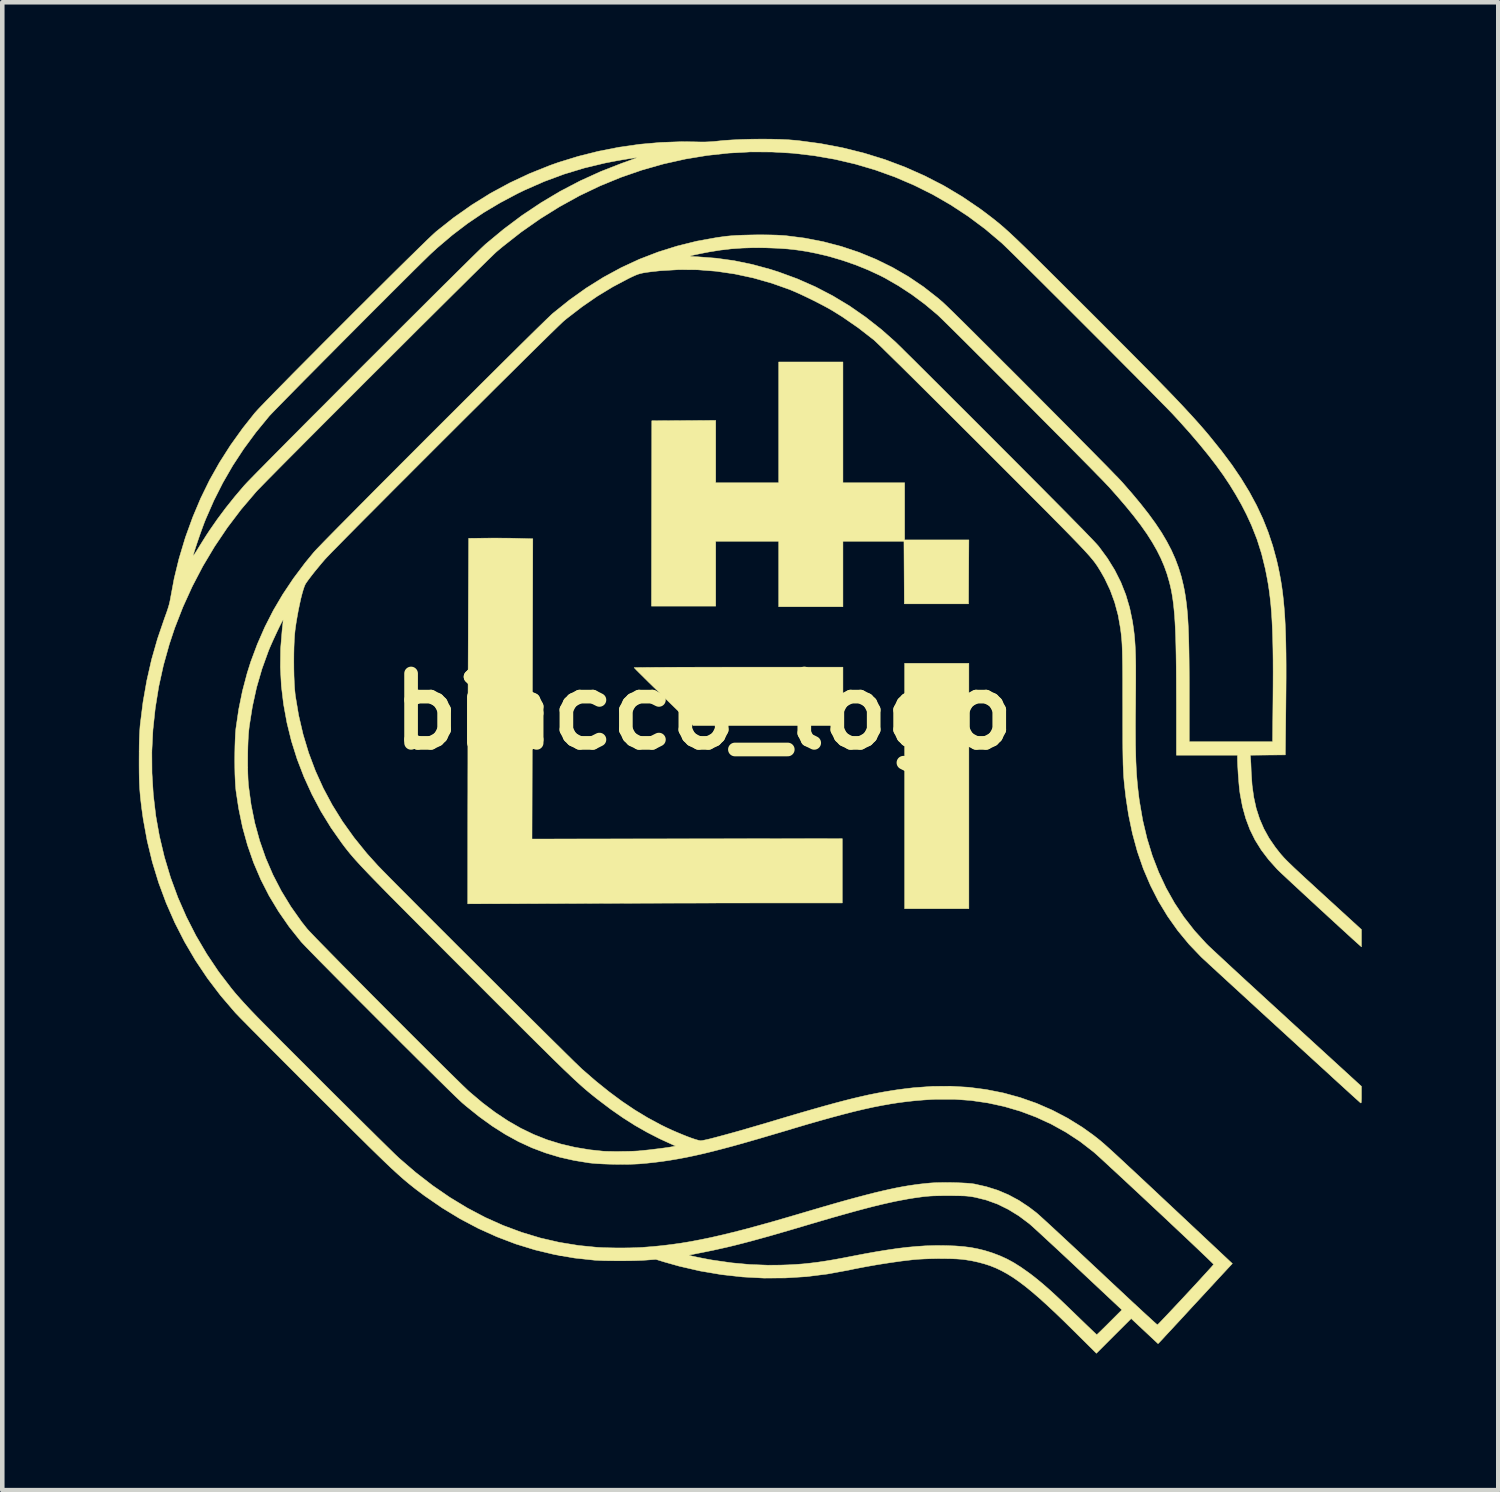
<source format=kicad_pcb>
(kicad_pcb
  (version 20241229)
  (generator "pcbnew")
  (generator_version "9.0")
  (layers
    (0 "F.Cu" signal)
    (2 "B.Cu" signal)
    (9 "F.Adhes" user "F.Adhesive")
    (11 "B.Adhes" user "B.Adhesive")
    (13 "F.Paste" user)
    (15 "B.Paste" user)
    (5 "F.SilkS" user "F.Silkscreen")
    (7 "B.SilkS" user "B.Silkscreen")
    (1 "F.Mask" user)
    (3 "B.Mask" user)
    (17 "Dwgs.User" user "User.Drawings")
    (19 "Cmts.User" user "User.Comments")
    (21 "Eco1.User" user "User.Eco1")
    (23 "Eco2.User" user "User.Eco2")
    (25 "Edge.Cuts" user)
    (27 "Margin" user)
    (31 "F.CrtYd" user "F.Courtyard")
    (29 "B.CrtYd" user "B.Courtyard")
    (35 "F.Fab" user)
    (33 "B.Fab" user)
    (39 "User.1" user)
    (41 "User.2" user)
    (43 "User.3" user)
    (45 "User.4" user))
  (footprint "biacco_logo"
    (layer "F.Cu")
    (at 12.401 12.576)
    (property "Reference" "biacco_logo" (at 0 0 0) (layer "F.SilkS") (effects (font (size 1.524 1.524) (thickness 0.3))))
    (attr through_hole)
    (fp_poly (pts (xy 5.828 4.332) (xy 4.417 4.332) (xy 4.417 -1.058) (xy 5.828 -1.058) (xy 5.828 4.332)) (stroke (width 0.01) (type solid)) (fill yes) (layer "F.SilkS"))
    (fp_poly (pts (xy 3.062 -5.024) (xy 4.417 -5.024) (xy 4.417 -3.768) (xy 5.828 -3.768) (xy 5.824 -3.066) (xy 5.821 -2.364) (xy 4.41 -2.364) (xy 4.406 -3.052) (xy 4.402 -3.739) (xy 3.062 -3.739) (xy 3.062 -2.3) (xy 1.651 -2.3) (xy 1.651 -3.739) (xy 0.268 -3.739) (xy 0.268 -2.314) (xy -1.143 -2.314) (xy -1.14 -4.35) (xy -1.136 -6.385) (xy -0.434 -6.389) (xy 0.268 -6.393) (xy 0.268 -5.024) (xy 1.651 -5.024) (xy 1.651 -7.676) (xy 3.062 -7.676) (xy 3.062 -5.024)) (stroke (width 0.01) (type solid)) (fill yes) (layer "F.SilkS"))
    (fp_poly (pts (xy 3.062 0.31) (xy -0.226 0.31) (xy -0.875 -0.321) (xy -0.988 -0.431) (xy -1.094 -0.535) (xy -1.193 -0.631) (xy -1.282 -0.719) (xy -1.359 -0.796) (xy -1.424 -0.86) (xy -1.474 -0.91) (xy -1.507 -0.945) (xy -1.523 -0.962) (xy -1.524 -0.963) (xy -1.51 -0.964) (xy -1.469 -0.965) (xy -1.404 -0.966) (xy -1.314 -0.967) (xy -1.202 -0.968) (xy -1.069 -0.969) (xy -0.917 -0.97) (xy -0.747 -0.971) (xy -0.561 -0.972) (xy -0.36 -0.972) (xy -0.145 -0.973) (xy 0.081 -0.973) (xy 0.318 -0.973) (xy 0.564 -0.974) (xy 0.769 -0.974) (xy 3.062 -0.974) (xy 3.062 0.31)) (stroke (width 0.01) (type solid)) (fill yes) (layer "F.SilkS"))
    (fp_poly (pts (xy -4.52 -3.808) (xy -4.377 -3.807) (xy -4.24 -3.806) (xy -4.118 -3.803) (xy -4.079 -3.802) (xy -3.749 -3.793) (xy -3.758 -0.496) (xy -3.767 2.801) (xy -0.36 2.797) (xy 3.048 2.793) (xy 3.048 4.205) (xy 1.519 4.205) (xy 1.334 4.205) (xy 1.122 4.205) (xy 0.888 4.206) (xy 0.634 4.206) (xy 0.363 4.206) (xy 0.077 4.207) (xy -0.22 4.208) (xy -0.527 4.208) (xy -0.839 4.209) (xy -1.156 4.21) (xy -1.473 4.211) (xy -1.788 4.212) (xy -2.098 4.213) (xy -2.401 4.214) (xy -2.594 4.215) (xy -5.179 4.224) (xy -5.177 2.045) (xy -5.176 1.759) (xy -5.176 1.455) (xy -5.175 1.137) (xy -5.175 0.809) (xy -5.174 0.475) (xy -5.173 0.138) (xy -5.172 -0.197) (xy -5.171 -0.527) (xy -5.17 -0.848) (xy -5.169 -1.156) (xy -5.168 -1.447) (xy -5.167 -1.718) (xy -5.166 -1.964) (xy -5.166 -1.968) (xy -5.158 -3.803) (xy -4.784 -3.807) (xy -4.659 -3.808) (xy -4.52 -3.808)) (stroke (width 0.01) (type solid)) (fill yes) (layer "F.SilkS"))
    (fp_poly (pts (xy 1.475 -12.57) (xy 1.68 -12.565) (xy 1.87 -12.556) (xy 2.04 -12.542) (xy 2.081 -12.538) (xy 2.574 -12.472) (xy 3.056 -12.38) (xy 3.526 -12.263) (xy 3.983 -12.122) (xy 4.427 -11.955) (xy 4.857 -11.764) (xy 5.275 -11.549) (xy 5.678 -11.309) (xy 6.067 -11.045) (xy 6.196 -10.949) (xy 6.258 -10.902) (xy 6.317 -10.857) (xy 6.373 -10.814) (xy 6.427 -10.77) (xy 6.482 -10.726) (xy 6.537 -10.679) (xy 6.595 -10.63) (xy 6.656 -10.575) (xy 6.722 -10.516) (xy 6.793 -10.449) (xy 6.872 -10.375) (xy 6.959 -10.291) (xy 7.056 -10.198) (xy 7.163 -10.093) (xy 7.282 -9.976) (xy 7.415 -9.845) (xy 7.562 -9.699) (xy 7.724 -9.538) (xy 7.904 -9.359) (xy 8.101 -9.162) (xy 8.218 -9.046) (xy 8.491 -8.774) (xy 8.745 -8.52) (xy 8.98 -8.284) (xy 9.199 -8.065) (xy 9.401 -7.862) (xy 9.587 -7.674) (xy 9.759 -7.5) (xy 9.918 -7.339) (xy 10.063 -7.19) (xy 10.197 -7.052) (xy 10.321 -6.924) (xy 10.434 -6.805) (xy 10.539 -6.694) (xy 10.635 -6.59) (xy 10.725 -6.493) (xy 10.808 -6.401) (xy 10.887 -6.313) (xy 10.961 -6.228) (xy 11.032 -6.146) (xy 11.1 -6.065) (xy 11.127 -6.032) (xy 11.378 -5.72) (xy 11.605 -5.416) (xy 11.807 -5.118) (xy 11.987 -4.823) (xy 12.145 -4.53) (xy 12.283 -4.236) (xy 12.401 -3.939) (xy 12.502 -3.636) (xy 12.586 -3.326) (xy 12.622 -3.169) (xy 12.651 -3.027) (xy 12.677 -2.885) (xy 12.7 -2.741) (xy 12.72 -2.593) (xy 12.737 -2.439) (xy 12.752 -2.277) (xy 12.765 -2.104) (xy 12.775 -1.92) (xy 12.783 -1.722) (xy 12.789 -1.508) (xy 12.793 -1.276) (xy 12.795 -1.024) (xy 12.795 -0.749) (xy 12.793 -0.451) (xy 12.79 -0.126) (xy 12.79 -0.113) (xy 12.778 0.953) (xy 12.393 0.956) (xy 12.009 0.96) (xy 12.015 1.041) (xy 12.018 1.085) (xy 12.022 1.149) (xy 12.025 1.226) (xy 12.028 1.309) (xy 12.029 1.333) (xy 12.048 1.617) (xy 12.084 1.88) (xy 12.138 2.126) (xy 12.212 2.356) (xy 12.306 2.574) (xy 12.421 2.782) (xy 12.559 2.983) (xy 12.663 3.115) (xy 12.69 3.147) (xy 12.718 3.178) (xy 12.747 3.211) (xy 12.78 3.245) (xy 12.818 3.284) (xy 12.862 3.327) (xy 12.914 3.377) (xy 12.975 3.436) (xy 13.047 3.503) (xy 13.132 3.582) (xy 13.23 3.673) (xy 13.344 3.777) (xy 13.474 3.897) (xy 13.623 4.033) (xy 13.741 4.141) (xy 14.45 4.789) (xy 14.45 5.169) (xy 14.419 5.142) (xy 14.383 5.11) (xy 14.329 5.062) (xy 14.26 5) (xy 14.177 4.924) (xy 14.083 4.838) (xy 13.979 4.743) (xy 13.867 4.64) (xy 13.749 4.532) (xy 13.628 4.42) (xy 13.504 4.307) (xy 13.381 4.193) (xy 13.261 4.082) (xy 13.144 3.974) (xy 13.033 3.871) (xy 12.93 3.776) (xy 12.838 3.69) (xy 12.757 3.614) (xy 12.69 3.552) (xy 12.64 3.504) (xy 12.607 3.472) (xy 12.598 3.463) (xy 12.411 3.254) (xy 12.25 3.042) (xy 12.113 2.822) (xy 12 2.592) (xy 11.909 2.349) (xy 11.837 2.09) (xy 11.785 1.812) (xy 11.776 1.75) (xy 11.768 1.677) (xy 11.759 1.584) (xy 11.751 1.478) (xy 11.742 1.365) (xy 11.736 1.255) (xy 11.73 1.153) (xy 11.727 1.067) (xy 11.727 1.027) (xy 11.726 0.96) (xy 10.386 0.96) (xy 10.386 -0.145) (xy 10.385 -0.452) (xy 10.384 -0.733) (xy 10.382 -0.99) (xy 10.379 -1.223) (xy 10.375 -1.435) (xy 10.37 -1.627) (xy 10.363 -1.802) (xy 10.355 -1.96) (xy 10.346 -2.104) (xy 10.334 -2.235) (xy 10.322 -2.355) (xy 10.307 -2.466) (xy 10.291 -2.569) (xy 10.273 -2.666) (xy 10.252 -2.76) (xy 10.231 -2.844) (xy 10.18 -3.02) (xy 10.118 -3.193) (xy 10.044 -3.366) (xy 9.957 -3.54) (xy 9.855 -3.718) (xy 9.738 -3.902) (xy 9.604 -4.092) (xy 9.451 -4.292) (xy 9.279 -4.503) (xy 9.087 -4.727) (xy 8.907 -4.93) (xy 8.872 -4.966) (xy 8.82 -5.021) (xy 8.751 -5.093) (xy 8.665 -5.18) (xy 8.566 -5.282) (xy 8.453 -5.397) (xy 8.328 -5.523) (xy 8.193 -5.66) (xy 8.048 -5.807) (xy 7.896 -5.961) (xy 7.736 -6.121) (xy 7.571 -6.287) (xy 7.402 -6.457) (xy 7.231 -6.63) (xy 7.057 -6.804) (xy 6.884 -6.979) (xy 6.711 -7.152) (xy 6.541 -7.322) (xy 6.374 -7.489) (xy 6.212 -7.651) (xy 6.056 -7.806) (xy 5.908 -7.954) (xy 5.769 -8.093) (xy 5.639 -8.222) (xy 5.521 -8.339) (xy 5.416 -8.443) (xy 5.324 -8.533) (xy 5.248 -8.608) (xy 5.188 -8.666) (xy 5.146 -8.706) (xy 5.129 -8.721) (xy 4.86 -8.946) (xy 4.576 -9.157) (xy 4.283 -9.349) (xy 3.986 -9.52) (xy 3.879 -9.575) (xy 3.621 -9.695) (xy 3.345 -9.807) (xy 3.06 -9.906) (xy 2.776 -9.99) (xy 2.7 -10.01) (xy 2.476 -10.062) (xy 2.265 -10.104) (xy 2.059 -10.135) (xy 1.849 -10.159) (xy 1.629 -10.174) (xy 1.389 -10.183) (xy 1.369 -10.184) (xy 1.099 -10.186) (xy 0.849 -10.178) (xy 0.609 -10.161) (xy 0.371 -10.133) (xy 0.128 -10.094) (xy -0.038 -10.062) (xy -0.14 -10.041) (xy -0.215 -10.025) (xy -0.263 -10.013) (xy -0.287 -10.005) (xy -0.287 -9.999) (xy -0.263 -9.994) (xy -0.217 -9.991) (xy -0.149 -9.987) (xy -0.122 -9.986) (xy 0.281 -9.955) (xy 0.676 -9.9) (xy 1.069 -9.819) (xy 1.463 -9.712) (xy 1.651 -9.652) (xy 2.06 -9.502) (xy 2.455 -9.328) (xy 2.836 -9.13) (xy 3.205 -8.908) (xy 3.562 -8.66) (xy 3.909 -8.387) (xy 4.198 -8.131) (xy 4.226 -8.105) (xy 4.273 -8.059) (xy 4.338 -7.996) (xy 4.419 -7.915) (xy 4.516 -7.819) (xy 4.629 -7.708) (xy 4.754 -7.583) (xy 4.893 -7.445) (xy 5.043 -7.295) (xy 5.204 -7.135) (xy 5.374 -6.965) (xy 5.553 -6.786) (xy 5.74 -6.6) (xy 5.933 -6.407) (xy 6.132 -6.208) (xy 6.335 -6.005) (xy 6.471 -5.868) (xy 6.744 -5.595) (xy 6.997 -5.341) (xy 7.23 -5.107) (xy 7.445 -4.891) (xy 7.641 -4.693) (xy 7.819 -4.514) (xy 7.979 -4.352) (xy 8.122 -4.206) (xy 8.248 -4.078) (xy 8.358 -3.966) (xy 8.451 -3.869) (xy 8.529 -3.789) (xy 8.591 -3.723) (xy 8.638 -3.672) (xy 8.671 -3.635) (xy 8.684 -3.619) (xy 8.871 -3.365) (xy 9.031 -3.106) (xy 9.165 -2.84) (xy 9.274 -2.564) (xy 9.359 -2.277) (xy 9.422 -1.974) (xy 9.446 -1.806) (xy 9.457 -1.719) (xy 9.466 -1.633) (xy 9.473 -1.546) (xy 9.479 -1.455) (xy 9.484 -1.358) (xy 9.488 -1.252) (xy 9.491 -1.133) (xy 9.493 -1.001) (xy 9.493 -0.852) (xy 9.493 -0.683) (xy 9.492 -0.493) (xy 9.49 -0.277) (xy 9.49 -0.183) (xy 9.487 0.082) (xy 9.486 0.323) (xy 9.487 0.54) (xy 9.488 0.737) (xy 9.492 0.917) (xy 9.496 1.082) (xy 9.503 1.234) (xy 9.511 1.378) (xy 9.522 1.514) (xy 9.534 1.646) (xy 9.549 1.776) (xy 9.565 1.908) (xy 9.576 1.983) (xy 9.647 2.395) (xy 9.741 2.79) (xy 9.857 3.169) (xy 9.997 3.531) (xy 10.159 3.877) (xy 10.344 4.206) (xy 10.552 4.518) (xy 10.783 4.814) (xy 11.037 5.093) (xy 11.066 5.122) (xy 11.093 5.149) (xy 11.14 5.193) (xy 11.205 5.254) (xy 11.287 5.33) (xy 11.385 5.421) (xy 11.497 5.525) (xy 11.623 5.642) (xy 11.761 5.769) (xy 11.909 5.906) (xy 12.068 6.051) (xy 12.234 6.204) (xy 12.407 6.363) (xy 12.586 6.527) (xy 12.77 6.695) (xy 12.831 6.752) (xy 14.45 8.233) (xy 14.45 8.422) (xy 14.45 8.498) (xy 14.448 8.55) (xy 14.446 8.581) (xy 14.442 8.596) (xy 14.435 8.598) (xy 14.426 8.592) (xy 14.41 8.578) (xy 14.375 8.546) (xy 14.321 8.498) (xy 14.251 8.435) (xy 14.166 8.357) (xy 14.066 8.266) (xy 13.954 8.164) (xy 13.83 8.051) (xy 13.697 7.928) (xy 13.554 7.798) (xy 13.404 7.661) (xy 13.249 7.519) (xy 13.088 7.372) (xy 12.924 7.222) (xy 12.758 7.07) (xy 12.592 6.918) (xy 12.426 6.766) (xy 12.262 6.616) (xy 12.102 6.469) (xy 11.946 6.326) (xy 11.797 6.189) (xy 11.654 6.058) (xy 11.521 5.936) (xy 11.397 5.822) (xy 11.285 5.719) (xy 11.186 5.628) (xy 11.101 5.55) (xy 11.032 5.485) (xy 10.979 5.437) (xy 10.944 5.404) (xy 10.931 5.392) (xy 10.662 5.111) (xy 10.416 4.813) (xy 10.193 4.498) (xy 9.992 4.167) (xy 9.815 3.819) (xy 9.66 3.456) (xy 9.528 3.075) (xy 9.42 2.679) (xy 9.334 2.266) (xy 9.278 1.898) (xy 9.267 1.805) (xy 9.257 1.72) (xy 9.248 1.641) (xy 9.24 1.565) (xy 9.233 1.491) (xy 9.227 1.415) (xy 9.223 1.336) (xy 9.219 1.251) (xy 9.215 1.158) (xy 9.213 1.055) (xy 9.211 0.939) (xy 9.209 0.808) (xy 9.208 0.659) (xy 9.208 0.491) (xy 9.207 0.302) (xy 9.207 0.087) (xy 9.207 -0.085) (xy 9.206 -0.315) (xy 9.206 -0.52) (xy 9.206 -0.7) (xy 9.205 -0.859) (xy 9.204 -0.998) (xy 9.202 -1.12) (xy 9.2 -1.226) (xy 9.198 -1.319) (xy 9.195 -1.401) (xy 9.192 -1.474) (xy 9.188 -1.54) (xy 9.183 -1.601) (xy 9.177 -1.66) (xy 9.171 -1.719) (xy 9.163 -1.779) (xy 9.157 -1.827) (xy 9.106 -2.115) (xy 9.03 -2.397) (xy 8.931 -2.667) (xy 8.809 -2.924) (xy 8.733 -3.058) (xy 8.711 -3.095) (xy 8.689 -3.13) (xy 8.669 -3.163) (xy 8.648 -3.196) (xy 8.625 -3.229) (xy 8.601 -3.263) (xy 8.574 -3.299) (xy 8.543 -3.337) (xy 8.507 -3.38) (xy 8.467 -3.427) (xy 8.42 -3.479) (xy 8.366 -3.538) (xy 8.305 -3.603) (xy 8.235 -3.677) (xy 8.156 -3.759) (xy 8.067 -3.851) (xy 7.967 -3.953) (xy 7.855 -4.067) (xy 7.73 -4.193) (xy 7.593 -4.332) (xy 7.441 -4.485) (xy 7.274 -4.652) (xy 7.091 -4.835) (xy 6.892 -5.035) (xy 6.675 -5.252) (xy 6.44 -5.487) (xy 6.186 -5.741) (xy 6.147 -5.78) (xy 5.934 -5.993) (xy 5.725 -6.201) (xy 5.522 -6.404) (xy 5.325 -6.6) (xy 5.134 -6.79) (xy 4.952 -6.971) (xy 4.779 -7.143) (xy 4.616 -7.305) (xy 4.463 -7.456) (xy 4.323 -7.595) (xy 4.195 -7.72) (xy 4.081 -7.832) (xy 3.982 -7.929) (xy 3.899 -8.011) (xy 3.832 -8.075) (xy 3.783 -8.122) (xy 3.753 -8.15) (xy 3.747 -8.156) (xy 3.401 -8.425) (xy 3.048 -8.669) (xy 2.828 -8.806) (xy 2.739 -8.857) (xy 2.63 -8.916) (xy 2.509 -8.979) (xy 2.38 -9.044) (xy 2.25 -9.107) (xy 2.125 -9.166) (xy 2.011 -9.217) (xy 1.914 -9.258) (xy 1.898 -9.265) (xy 1.497 -9.407) (xy 1.093 -9.522) (xy 0.687 -9.609) (xy 0.279 -9.669) (xy -0.131 -9.701) (xy -0.54 -9.704) (xy -0.949 -9.68) (xy -1.15 -9.658) (xy -1.246 -9.645) (xy -1.322 -9.633) (xy -1.384 -9.619) (xy -1.442 -9.602) (xy -1.502 -9.578) (xy -1.572 -9.546) (xy -1.644 -9.511) (xy -1.992 -9.327) (xy -2.333 -9.12) (xy -2.669 -8.888) (xy -3.004 -8.63) (xy -3.062 -8.582) (xy -3.088 -8.559) (xy -3.132 -8.517) (xy -3.195 -8.457) (xy -3.274 -8.38) (xy -3.369 -8.288) (xy -3.478 -8.181) (xy -3.601 -8.06) (xy -3.736 -7.927) (xy -3.883 -7.782) (xy -4.04 -7.626) (xy -4.206 -7.461) (xy -4.381 -7.288) (xy -4.563 -7.108) (xy -4.75 -6.921) (xy -4.943 -6.729) (xy -5.14 -6.534) (xy -5.34 -6.335) (xy -5.541 -6.134) (xy -5.744 -5.932) (xy -5.946 -5.73) (xy -6.146 -5.53) (xy -6.345 -5.331) (xy -6.539 -5.136) (xy -6.73 -4.946) (xy -6.914 -4.761) (xy -7.092 -4.582) (xy -7.262 -4.411) (xy -7.424 -4.249) (xy -7.576 -4.096) (xy -7.716 -3.954) (xy -7.845 -3.824) (xy -7.961 -3.706) (xy -8.062 -3.603) (xy -8.149 -3.515) (xy -8.219 -3.442) (xy -8.272 -3.387) (xy -8.306 -3.35) (xy -8.314 -3.342) (xy -8.392 -3.251) (xy -8.469 -3.158) (xy -8.544 -3.067) (xy -8.611 -2.981) (xy -8.669 -2.905) (xy -8.714 -2.843) (xy -8.742 -2.801) (xy -8.764 -2.753) (xy -8.789 -2.68) (xy -8.816 -2.587) (xy -8.844 -2.478) (xy -8.871 -2.354) (xy -8.899 -2.221) (xy -8.924 -2.082) (xy -8.948 -1.941) (xy -8.968 -1.8) (xy -8.97 -1.785) (xy -8.98 -1.683) (xy -8.988 -1.559) (xy -8.994 -1.417) (xy -8.997 -1.264) (xy -8.998 -1.103) (xy -8.997 -0.941) (xy -8.994 -0.783) (xy -8.988 -0.635) (xy -8.98 -0.501) (xy -8.969 -0.387) (xy -8.964 -0.344) (xy -8.892 0.085) (xy -8.795 0.502) (xy -8.673 0.907) (xy -8.525 1.301) (xy -8.352 1.683) (xy -8.153 2.055) (xy -7.928 2.417) (xy -7.676 2.769) (xy -7.398 3.113) (xy -7.151 3.387) (xy -7.11 3.429) (xy -7.051 3.49) (xy -6.975 3.567) (xy -6.884 3.66) (xy -6.778 3.767) (xy -6.659 3.887) (xy -6.527 4.019) (xy -6.385 4.162) (xy -6.233 4.315) (xy -6.072 4.476) (xy -5.903 4.645) (xy -5.729 4.819) (xy -5.549 4.999) (xy -5.365 5.183) (xy -5.178 5.369) (xy -4.99 5.557) (xy -4.801 5.745) (xy -4.613 5.932) (xy -4.427 6.118) (xy -4.244 6.3) (xy -4.065 6.478) (xy -3.891 6.651) (xy -3.724 6.816) (xy -3.565 6.974) (xy -3.414 7.124) (xy -3.274 7.262) (xy -3.144 7.39) (xy -3.028 7.505) (xy -2.924 7.607) (xy -2.836 7.694) (xy -2.763 7.764) (xy -2.707 7.818) (xy -2.67 7.854) (xy -2.659 7.863) (xy -2.363 8.12) (xy -2.073 8.353) (xy -1.79 8.563) (xy -1.509 8.752) (xy -1.228 8.922) (xy -0.946 9.074) (xy -0.917 9.089) (xy -0.808 9.142) (xy -0.694 9.195) (xy -0.578 9.245) (xy -0.465 9.292) (xy -0.358 9.335) (xy -0.261 9.371) (xy -0.177 9.399) (xy -0.111 9.418) (xy -0.066 9.426) (xy -0.06 9.426) (xy -0.025 9.422) (xy 0.036 9.41) (xy 0.12 9.391) (xy 0.226 9.364) (xy 0.351 9.331) (xy 0.495 9.292) (xy 0.655 9.248) (xy 0.83 9.199) (xy 1.018 9.144) (xy 1.217 9.086) (xy 1.425 9.025) (xy 1.548 8.988) (xy 1.858 8.895) (xy 2.144 8.811) (xy 2.408 8.735) (xy 2.651 8.666) (xy 2.876 8.604) (xy 3.085 8.549) (xy 3.279 8.5) (xy 3.462 8.457) (xy 3.636 8.418) (xy 3.801 8.385) (xy 3.962 8.355) (xy 4.119 8.329) (xy 4.274 8.305) (xy 4.431 8.285) (xy 4.591 8.266) (xy 4.628 8.262) (xy 5.031 8.233) (xy 5.43 8.23) (xy 5.822 8.253) (xy 6.208 8.303) (xy 6.586 8.378) (xy 6.954 8.479) (xy 7.313 8.605) (xy 7.662 8.757) (xy 7.998 8.933) (xy 8.321 9.133) (xy 8.548 9.295) (xy 8.582 9.321) (xy 8.615 9.347) (xy 8.648 9.372) (xy 8.682 9.4) (xy 8.718 9.429) (xy 8.757 9.463) (xy 8.801 9.5) (xy 8.85 9.544) (xy 8.906 9.594) (xy 8.97 9.652) (xy 9.043 9.719) (xy 9.126 9.796) (xy 9.221 9.884) (xy 9.328 9.984) (xy 9.449 10.096) (xy 9.585 10.223) (xy 9.737 10.365) (xy 9.906 10.523) (xy 10.093 10.699) (xy 10.292 10.885) (xy 11.615 12.126) (xy 11.567 12.176) (xy 11.55 12.195) (xy 11.515 12.232) (xy 11.464 12.287) (xy 11.399 12.357) (xy 11.321 12.441) (xy 11.233 12.537) (xy 11.134 12.644) (xy 11.028 12.759) (xy 10.916 12.88) (xy 10.798 13.007) (xy 10.795 13.01) (xy 10.678 13.137) (xy 10.566 13.259) (xy 10.46 13.374) (xy 10.361 13.48) (xy 10.273 13.576) (xy 10.195 13.659) (xy 10.13 13.729) (xy 10.08 13.784) (xy 10.045 13.821) (xy 10.028 13.839) (xy 10.027 13.84) (xy 9.983 13.885) (xy 9.688 13.609) (xy 9.393 13.333) (xy 9.011 13.714) (xy 8.629 14.096) (xy 8.142 13.613) (xy 7.928 13.402) (xy 7.73 13.211) (xy 7.547 13.04) (xy 7.377 12.886) (xy 7.219 12.75) (xy 7.071 12.629) (xy 6.931 12.523) (xy 6.798 12.43) (xy 6.669 12.35) (xy 6.543 12.281) (xy 6.419 12.222) (xy 6.294 12.172) (xy 6.167 12.131) (xy 6.037 12.096) (xy 5.901 12.066) (xy 5.757 12.042) (xy 5.757 12.042) (xy 5.67 12.031) (xy 5.559 12.023) (xy 5.432 12.018) (xy 5.292 12.016) (xy 5.145 12.015) (xy 4.998 12.018) (xy 4.854 12.023) (xy 4.72 12.03) (xy 4.601 12.04) (xy 4.586 12.042) (xy 4.349 12.07) (xy 4.095 12.106) (xy 3.832 12.147) (xy 3.57 12.193) (xy 3.319 12.241) (xy 3.183 12.27) (xy 2.725 12.354) (xy 2.262 12.412) (xy 1.796 12.441) (xy 1.327 12.444) (xy 0.859 12.419) (xy 0.391 12.367) (xy -0.074 12.288) (xy -0.535 12.182) (xy -0.858 12.091) (xy -1.046 12.033) (xy -1.26 12.049) (xy -1.361 12.055) (xy -1.482 12.06) (xy -1.618 12.063) (xy -1.762 12.064) (xy -1.908 12.064) (xy -2.051 12.063) (xy -2.184 12.061) (xy -2.3 12.056) (xy -2.393 12.051) (xy -2.836 12.003) (xy -3.203 11.939) (xy -0.32 11.939) (xy -0.317 11.943) (xy -0.291 11.95) (xy -0.245 11.962) (xy -0.183 11.975) (xy -0.11 11.991) (xy -0.029 12.007) (xy 0.055 12.023) (xy 0.139 12.039) (xy 0.205 12.05) (xy 0.616 12.109) (xy 1.017 12.146) (xy 1.412 12.161) (xy 1.686 12.159) (xy 1.863 12.153) (xy 2.03 12.144) (xy 2.19 12.132) (xy 2.35 12.115) (xy 2.514 12.095) (xy 2.686 12.069) (xy 2.872 12.038) (xy 3.077 12) (xy 3.252 11.966) (xy 3.539 11.911) (xy 3.802 11.864) (xy 4.044 11.825) (xy 4.269 11.792) (xy 4.479 11.767) (xy 4.677 11.749) (xy 4.867 11.736) (xy 5.051 11.73) (xy 5.233 11.729) (xy 5.339 11.731) (xy 5.535 11.738) (xy 5.71 11.752) (xy 5.869 11.772) (xy 6.02 11.801) (xy 6.169 11.837) (xy 6.321 11.884) (xy 6.362 11.898) (xy 6.516 11.957) (xy 6.665 12.025) (xy 6.814 12.106) (xy 6.968 12.203) (xy 7.133 12.319) (xy 7.19 12.361) (xy 7.274 12.426) (xy 7.358 12.494) (xy 7.445 12.566) (xy 7.537 12.646) (xy 7.636 12.734) (xy 7.745 12.834) (xy 7.865 12.947) (xy 8 13.076) (xy 8.152 13.223) (xy 8.185 13.255) (xy 8.278 13.345) (xy 8.365 13.429) (xy 8.443 13.504) (xy 8.511 13.569) (xy 8.566 13.622) (xy 8.607 13.66) (xy 8.63 13.682) (xy 8.636 13.687) (xy 8.648 13.678) (xy 8.676 13.651) (xy 8.72 13.609) (xy 8.775 13.555) (xy 8.84 13.491) (xy 8.911 13.42) (xy 8.916 13.415) (xy 9.189 13.142) (xy 8.232 12.245) (xy 8.09 12.112) (xy 7.952 11.983) (xy 7.82 11.86) (xy 7.694 11.743) (xy 7.577 11.635) (xy 7.471 11.537) (xy 7.377 11.45) (xy 7.297 11.377) (xy 7.232 11.318) (xy 7.184 11.275) (xy 7.155 11.25) (xy 7.154 11.249) (xy 6.926 11.078) (xy 6.693 10.935) (xy 6.457 10.819) (xy 6.214 10.731) (xy 5.966 10.669) (xy 5.947 10.666) (xy 5.892 10.656) (xy 5.841 10.649) (xy 5.787 10.643) (xy 5.728 10.639) (xy 5.657 10.637) (xy 5.571 10.635) (xy 5.464 10.634) (xy 5.383 10.634) (xy 5.254 10.634) (xy 5.147 10.636) (xy 5.057 10.638) (xy 4.979 10.642) (xy 4.906 10.648) (xy 4.833 10.655) (xy 4.76 10.665) (xy 4.625 10.684) (xy 4.488 10.706) (xy 4.349 10.732) (xy 4.203 10.76) (xy 4.05 10.794) (xy 3.888 10.831) (xy 3.713 10.874) (xy 3.525 10.923) (xy 3.32 10.978) (xy 3.098 11.04) (xy 2.856 11.108) (xy 2.592 11.185) (xy 2.303 11.27) (xy 2.223 11.294) (xy 1.946 11.376) (xy 1.694 11.449) (xy 1.463 11.516) (xy 1.25 11.575) (xy 1.054 11.629) (xy 0.871 11.677) (xy 0.698 11.721) (xy 0.533 11.761) (xy 0.373 11.797) (xy 0.216 11.832) (xy 0.058 11.864) (xy 0.04 11.868) (xy -0.056 11.887) (xy -0.142 11.904) (xy -0.216 11.919) (xy -0.272 11.93) (xy -0.308 11.937) (xy -0.32 11.939) (xy -3.203 11.939) (xy -3.273 11.927) (xy -3.702 11.824) (xy -4.125 11.694) (xy -4.54 11.536) (xy -4.948 11.352) (xy -5.349 11.14) (xy -5.742 10.901) (xy -6.128 10.635) (xy -6.312 10.497) (xy -6.368 10.453) (xy -6.423 10.409) (xy -6.478 10.365) (xy -6.533 10.319) (xy -6.59 10.271) (xy -6.65 10.218) (xy -6.714 10.161) (xy -6.783 10.098) (xy -6.858 10.029) (xy -6.94 9.951) (xy -7.031 9.864) (xy -7.131 9.767) (xy -7.241 9.66) (xy -7.364 9.54) (xy -7.499 9.406) (xy -7.648 9.259) (xy -7.812 9.096) (xy -7.992 8.917) (xy -8.189 8.72) (xy -8.405 8.506) (xy -8.514 8.397) (xy -8.695 8.216) (xy -8.873 8.039) (xy -9.045 7.866) (xy -9.212 7.699) (xy -9.371 7.539) (xy -9.522 7.388) (xy -9.663 7.246) (xy -9.793 7.114) (xy -9.912 6.995) (xy -10.016 6.889) (xy -10.107 6.797) (xy -10.182 6.721) (xy -10.239 6.661) (xy -10.279 6.62) (xy -10.294 6.603) (xy -10.606 6.239) (xy -10.894 5.86) (xy -11.158 5.466) (xy -11.397 5.059) (xy -11.612 4.638) (xy -11.802 4.205) (xy -11.967 3.76) (xy -12.106 3.305) (xy -12.219 2.838) (xy -12.306 2.362) (xy -12.339 2.124) (xy -12.354 1.999) (xy -12.367 1.887) (xy -12.376 1.782) (xy -12.384 1.68) (xy -12.389 1.575) (xy -12.393 1.462) (xy -12.395 1.335) (xy -12.396 1.19) (xy -12.396 1.058) (xy -12.395 0.891) (xy -12.395 0.878) (xy -12.116 0.878) (xy -12.113 1.354) (xy -12.084 1.826) (xy -12.029 2.294) (xy -11.95 2.736) (xy -11.841 3.195) (xy -11.706 3.645) (xy -11.545 4.083) (xy -11.358 4.51) (xy -11.147 4.924) (xy -10.911 5.325) (xy -10.652 5.712) (xy -10.368 6.083) (xy -10.291 6.177) (xy -10.243 6.233) (xy -10.18 6.304) (xy -10.107 6.385) (xy -10.028 6.471) (xy -9.948 6.557) (xy -9.9 6.607) (xy -9.853 6.656) (xy -9.789 6.722) (xy -9.708 6.804) (xy -9.613 6.9) (xy -9.505 7.009) (xy -9.386 7.129) (xy -9.256 7.26) (xy -9.117 7.399) (xy -8.97 7.546) (xy -8.818 7.698) (xy -8.661 7.855) (xy -8.501 8.015) (xy -8.34 8.176) (xy -8.178 8.338) (xy -8.017 8.498) (xy -7.858 8.656) (xy -7.704 8.809) (xy -7.555 8.957) (xy -7.413 9.098) (xy -7.279 9.23) (xy -7.155 9.353) (xy -7.041 9.465) (xy -6.941 9.563) (xy -6.854 9.648) (xy -6.783 9.718) (xy -6.728 9.77) (xy -6.692 9.804) (xy -6.688 9.808) (xy -6.321 10.124) (xy -5.949 10.412) (xy -5.571 10.672) (xy -5.186 10.905) (xy -4.796 11.111) (xy -4.398 11.289) (xy -3.995 11.439) (xy -3.585 11.563) (xy -3.168 11.659) (xy -2.745 11.728) (xy -2.342 11.768) (xy -2.218 11.775) (xy -2.073 11.779) (xy -1.916 11.782) (xy -1.755 11.782) (xy -1.598 11.78) (xy -1.453 11.775) (xy -1.327 11.769) (xy -1.326 11.768) (xy -1.12 11.752) (xy -0.915 11.732) (xy -0.709 11.707) (xy -0.501 11.678) (xy -0.289 11.643) (xy -0.069 11.601) (xy 0.16 11.554) (xy 0.401 11.499) (xy 0.656 11.437) (xy 0.926 11.368) (xy 1.216 11.289) (xy 1.525 11.203) (xy 1.858 11.106) (xy 2.053 11.049) (xy 2.361 10.958) (xy 2.644 10.875) (xy 2.904 10.8) (xy 3.142 10.733) (xy 3.362 10.673) (xy 3.563 10.62) (xy 3.75 10.572) (xy 3.922 10.531) (xy 4.082 10.495) (xy 4.233 10.463) (xy 4.375 10.436) (xy 4.511 10.413) (xy 4.643 10.394) (xy 4.772 10.377) (xy 4.9 10.364) (xy 4.979 10.356) (xy 5.073 10.35) (xy 5.184 10.347) (xy 5.305 10.345) (xy 5.432 10.346) (xy 5.558 10.349) (xy 5.679 10.354) (xy 5.788 10.36) (xy 5.88 10.368) (xy 5.948 10.377) (xy 6.213 10.437) (xy 6.462 10.515) (xy 6.699 10.616) (xy 6.928 10.739) (xy 7.152 10.888) (xy 7.308 11.007) (xy 7.336 11.031) (xy 7.382 11.072) (xy 7.447 11.131) (xy 7.528 11.205) (xy 7.623 11.292) (xy 7.732 11.393) (xy 7.853 11.505) (xy 7.984 11.627) (xy 8.125 11.758) (xy 8.273 11.896) (xy 8.428 12.041) (xy 8.587 12.19) (xy 8.7 12.295) (xy 8.859 12.445) (xy 9.012 12.588) (xy 9.159 12.725) (xy 9.297 12.854) (xy 9.426 12.975) (xy 9.545 13.084) (xy 9.651 13.183) (xy 9.745 13.269) (xy 9.824 13.341) (xy 9.887 13.399) (xy 9.933 13.44) (xy 9.961 13.464) (xy 9.97 13.471) (xy 9.981 13.46) (xy 10.011 13.43) (xy 10.056 13.383) (xy 10.115 13.321) (xy 10.187 13.245) (xy 10.27 13.157) (xy 10.362 13.059) (xy 10.462 12.953) (xy 10.567 12.84) (xy 10.593 12.812) (xy 10.7 12.697) (xy 10.8 12.589) (xy 10.893 12.488) (xy 10.977 12.396) (xy 11.05 12.316) (xy 11.111 12.249) (xy 11.158 12.197) (xy 11.189 12.161) (xy 11.203 12.144) (xy 11.203 12.143) (xy 11.193 12.131) (xy 11.164 12.102) (xy 11.117 12.056) (xy 11.054 11.995) (xy 10.976 11.921) (xy 10.885 11.834) (xy 10.783 11.737) (xy 10.67 11.63) (xy 10.548 11.515) (xy 10.419 11.394) (xy 10.284 11.267) (xy 10.145 11.136) (xy 10.003 11.003) (xy 9.859 10.869) (xy 9.716 10.735) (xy 9.575 10.603) (xy 9.436 10.474) (xy 9.303 10.35) (xy 9.175 10.231) (xy 9.055 10.12) (xy 8.944 10.018) (xy 8.844 9.925) (xy 8.756 9.844) (xy 8.682 9.776) (xy 8.622 9.722) (xy 8.579 9.684) (xy 8.56 9.668) (xy 8.269 9.443) (xy 7.962 9.242) (xy 7.641 9.064) (xy 7.307 8.91) (xy 6.962 8.78) (xy 6.608 8.676) (xy 6.245 8.597) (xy 5.875 8.543) (xy 5.5 8.516) (xy 5.121 8.516) (xy 5.008 8.521) (xy 4.826 8.533) (xy 4.647 8.548) (xy 4.47 8.567) (xy 4.292 8.59) (xy 4.11 8.618) (xy 3.924 8.651) (xy 3.729 8.689) (xy 3.525 8.734) (xy 3.309 8.785) (xy 3.079 8.844) (xy 2.832 8.91) (xy 2.566 8.984) (xy 2.28 9.066) (xy 1.97 9.158) (xy 1.825 9.202) (xy 1.5 9.298) (xy 1.201 9.386) (xy 0.923 9.466) (xy 0.667 9.538) (xy 0.428 9.602) (xy 0.207 9.659) (xy -0.001 9.71) (xy -0.197 9.754) (xy -0.382 9.793) (xy -0.559 9.826) (xy -0.73 9.855) (xy -0.897 9.88) (xy -1.062 9.901) (xy -1.227 9.919) (xy -1.394 9.934) (xy -1.416 9.936) (xy -1.52 9.941) (xy -1.643 9.945) (xy -1.779 9.946) (xy -1.923 9.945) (xy -2.067 9.942) (xy -2.207 9.937) (xy -2.335 9.93) (xy -2.445 9.921) (xy -2.511 9.914) (xy -2.842 9.86) (xy -3.161 9.788) (xy -3.469 9.695) (xy -3.769 9.582) (xy -4.062 9.447) (xy -4.352 9.288) (xy -4.64 9.105) (xy -4.928 8.897) (xy -5.219 8.663) (xy -5.299 8.595) (xy -5.33 8.566) (xy -5.38 8.519) (xy -5.448 8.454) (xy -5.53 8.374) (xy -5.628 8.279) (xy -5.738 8.17) (xy -5.86 8.05) (xy -5.992 7.919) (xy -6.133 7.779) (xy -6.283 7.631) (xy -6.438 7.476) (xy -6.599 7.317) (xy -6.763 7.153) (xy -6.93 6.986) (xy -7.098 6.818) (xy -7.265 6.651) (xy -7.431 6.484) (xy -7.595 6.321) (xy -7.754 6.161) (xy -7.907 6.007) (xy -8.054 5.859) (xy -8.192 5.719) (xy -8.321 5.589) (xy -8.439 5.47) (xy -8.544 5.362) (xy -8.637 5.267) (xy -8.714 5.188) (xy -8.775 5.124) (xy -8.819 5.078) (xy -8.843 5.051) (xy -9.102 4.726) (xy -9.334 4.391) (xy -9.542 4.046) (xy -9.724 3.689) (xy -9.882 3.319) (xy -10.015 2.936) (xy -10.125 2.539) (xy -10.21 2.127) (xy -10.269 1.736) (xy -10.278 1.637) (xy -10.285 1.516) (xy -10.291 1.378) (xy -10.294 1.227) (xy -10.295 1.072) (xy -10.011 1.072) (xy -10.011 1.221) (xy -10.008 1.363) (xy -10.003 1.49) (xy -9.996 1.598) (xy -9.993 1.63) (xy -9.937 2.044) (xy -9.856 2.447) (xy -9.748 2.839) (xy -9.616 3.218) (xy -9.457 3.586) (xy -9.273 3.942) (xy -9.063 4.286) (xy -8.828 4.619) (xy -8.715 4.762) (xy -8.691 4.79) (xy -8.648 4.836) (xy -8.587 4.9) (xy -8.511 4.98) (xy -8.419 5.074) (xy -8.314 5.181) (xy -8.197 5.301) (xy -8.069 5.431) (xy -7.932 5.571) (xy -7.786 5.718) (xy -7.633 5.873) (xy -7.474 6.033) (xy -7.312 6.197) (xy -7.146 6.364) (xy -6.978 6.533) (xy -6.81 6.702) (xy -6.642 6.869) (xy -6.477 7.035) (xy -6.315 7.196) (xy -6.158 7.353) (xy -6.007 7.504) (xy -5.864 7.646) (xy -5.729 7.78) (xy -5.604 7.904) (xy -5.49 8.016) (xy -5.389 8.115) (xy -5.302 8.2) (xy -5.23 8.269) (xy -5.175 8.322) (xy -5.137 8.356) (xy -5.136 8.357) (xy -4.854 8.595) (xy -4.574 8.806) (xy -4.294 8.992) (xy -4.013 9.153) (xy -3.727 9.291) (xy -3.436 9.406) (xy -3.135 9.499) (xy -2.823 9.572) (xy -2.498 9.626) (xy -2.208 9.657) (xy -2.146 9.66) (xy -2.063 9.662) (xy -1.963 9.663) (xy -1.855 9.663) (xy -1.744 9.662) (xy -1.637 9.66) (xy -1.54 9.657) (xy -1.459 9.653) (xy -1.439 9.652) (xy -1.367 9.645) (xy -1.279 9.636) (xy -1.181 9.626) (xy -1.078 9.613) (xy -0.975 9.601) (xy -0.878 9.588) (xy -0.792 9.576) (xy -0.721 9.565) (xy -0.672 9.556) (xy -0.663 9.554) (xy -0.614 9.543) (xy -0.67 9.518) (xy -0.962 9.384) (xy -1.239 9.242) (xy -1.506 9.09) (xy -1.77 8.922) (xy -2.036 8.737) (xy -2.3 8.537) (xy -2.353 8.496) (xy -2.403 8.456) (xy -2.453 8.416) (xy -2.502 8.376) (xy -2.551 8.335) (xy -2.602 8.292) (xy -2.656 8.245) (xy -2.712 8.195) (xy -2.772 8.14) (xy -2.838 8.08) (xy -2.909 8.013) (xy -2.986 7.939) (xy -3.072 7.858) (xy -3.165 7.767) (xy -3.268 7.667) (xy -3.381 7.556) (xy -3.505 7.433) (xy -3.641 7.299) (xy -3.79 7.151) (xy -3.952 6.99) (xy -4.128 6.814) (xy -4.32 6.622) (xy -4.529 6.414) (xy -4.754 6.189) (xy -4.997 5.945) (xy -5.259 5.683) (xy -5.328 5.614) (xy -5.582 5.36) (xy -5.817 5.124) (xy -6.033 4.908) (xy -6.232 4.708) (xy -6.414 4.525) (xy -6.581 4.357) (xy -6.734 4.203) (xy -6.872 4.064) (xy -6.997 3.937) (xy -7.11 3.821) (xy -7.212 3.717) (xy -7.303 3.623) (xy -7.385 3.538) (xy -7.458 3.461) (xy -7.523 3.392) (xy -7.582 3.328) (xy -7.634 3.271) (xy -7.681 3.218) (xy -7.723 3.169) (xy -7.763 3.122) (xy -7.799 3.078) (xy -7.834 3.034) (xy -7.868 2.991) (xy -7.902 2.946) (xy -7.936 2.9) (xy -7.939 2.897) (xy -8.183 2.55) (xy -8.404 2.19) (xy -8.601 1.818) (xy -8.775 1.437) (xy -8.925 1.047) (xy -9.05 0.65) (xy -9.149 0.248) (xy -9.223 -0.157) (xy -9.272 -0.565) (xy -9.293 -0.973) (xy -9.288 -1.38) (xy -9.255 -1.783) (xy -9.25 -1.833) (xy -9.242 -1.9) (xy -9.236 -1.956) (xy -9.233 -1.995) (xy -9.233 -2.012) (xy -9.233 -2.013) (xy -9.241 -2.003) (xy -9.259 -1.971) (xy -9.284 -1.922) (xy -9.316 -1.858) (xy -9.352 -1.783) (xy -9.39 -1.702) (xy -9.429 -1.618) (xy -9.467 -1.535) (xy -9.502 -1.456) (xy -9.532 -1.387) (xy -9.554 -1.333) (xy -9.697 -0.937) (xy -9.816 -0.528) (xy -9.908 -0.107) (xy -9.976 0.323) (xy -9.986 0.413) (xy -9.995 0.513) (xy -10.002 0.635) (xy -10.007 0.772) (xy -10.01 0.92) (xy -10.011 1.072) (xy -10.295 1.072) (xy -10.295 1.071) (xy -10.294 0.913) (xy -10.291 0.76) (xy -10.286 0.617) (xy -10.28 0.489) (xy -10.271 0.382) (xy -10.268 0.36) (xy -10.208 -0.049) (xy -10.126 -0.451) (xy -10.023 -0.841) (xy -9.943 -1.094) (xy -9.798 -1.482) (xy -9.634 -1.856) (xy -9.449 -2.219) (xy -9.241 -2.572) (xy -9.009 -2.919) (xy -8.751 -3.263) (xy -8.562 -3.493) (xy -8.536 -3.522) (xy -8.491 -3.57) (xy -8.428 -3.635) (xy -8.348 -3.718) (xy -8.252 -3.816) (xy -8.142 -3.928) (xy -8.018 -4.054) (xy -7.881 -4.192) (xy -7.733 -4.341) (xy -7.575 -4.501) (xy -7.407 -4.67) (xy -7.232 -4.847) (xy -7.049 -5.031) (xy -6.86 -5.22) (xy -6.666 -5.415) (xy -6.468 -5.613) (xy -6.267 -5.814) (xy -6.065 -6.017) (xy -5.861 -6.22) (xy -5.659 -6.422) (xy -5.457 -6.623) (xy -5.258 -6.822) (xy -5.063 -7.016) (xy -4.873 -7.206) (xy -4.688 -7.389) (xy -4.51 -7.566) (xy -4.34 -7.735) (xy -4.179 -7.894) (xy -4.028 -8.044) (xy -3.888 -8.182) (xy -3.76 -8.308) (xy -3.646 -8.42) (xy -3.546 -8.517) (xy -3.461 -8.6) (xy -3.393 -8.665) (xy -3.343 -8.713) (xy -3.311 -8.742) (xy -3.309 -8.744) (xy -2.948 -9.034) (xy -2.578 -9.298) (xy -2.198 -9.536) (xy -1.809 -9.747) (xy -1.41 -9.932) (xy -1 -10.09) (xy -0.58 -10.222) (xy -0.15 -10.329) (xy 0.292 -10.409) (xy 0.487 -10.436) (xy 0.589 -10.446) (xy 0.713 -10.455) (xy 0.854 -10.461) (xy 1.006 -10.465) (xy 1.164 -10.468) (xy 1.322 -10.468) (xy 1.474 -10.466) (xy 1.614 -10.462) (xy 1.737 -10.455) (xy 1.806 -10.45) (xy 2.222 -10.397) (xy 2.629 -10.318) (xy 3.026 -10.214) (xy 3.413 -10.085) (xy 3.788 -9.931) (xy 4.15 -9.753) (xy 4.498 -9.552) (xy 4.831 -9.327) (xy 5.147 -9.08) (xy 5.254 -8.988) (xy 5.286 -8.958) (xy 5.337 -8.91) (xy 5.406 -8.843) (xy 5.491 -8.761) (xy 5.59 -8.663) (xy 5.703 -8.552) (xy 5.828 -8.428) (xy 5.964 -8.293) (xy 6.109 -8.148) (xy 6.263 -7.995) (xy 6.424 -7.834) (xy 6.591 -7.667) (xy 6.763 -7.496) (xy 6.938 -7.321) (xy 7.115 -7.143) (xy 7.293 -6.965) (xy 7.47 -6.787) (xy 7.645 -6.611) (xy 7.818 -6.437) (xy 7.986 -6.268) (xy 8.149 -6.104) (xy 8.304 -5.946) (xy 8.452 -5.797) (xy 8.59 -5.657) (xy 8.718 -5.527) (xy 8.834 -5.41) (xy 8.936 -5.305) (xy 9.024 -5.214) (xy 9.097 -5.14) (xy 9.152 -5.082) (xy 9.189 -5.042) (xy 9.193 -5.038) (xy 9.407 -4.793) (xy 9.6 -4.561) (xy 9.772 -4.342) (xy 9.925 -4.132) (xy 10.059 -3.931) (xy 10.175 -3.734) (xy 10.276 -3.541) (xy 10.361 -3.35) (xy 10.433 -3.158) (xy 10.493 -2.963) (xy 10.541 -2.763) (xy 10.562 -2.66) (xy 10.579 -2.56) (xy 10.594 -2.458) (xy 10.608 -2.352) (xy 10.62 -2.24) (xy 10.631 -2.119) (xy 10.639 -1.989) (xy 10.647 -1.846) (xy 10.653 -1.689) (xy 10.658 -1.515) (xy 10.662 -1.323) (xy 10.665 -1.111) (xy 10.667 -0.876) (xy 10.668 -0.617) (xy 10.668 -0.377) (xy 10.668 0.663) (xy 12.498 0.663) (xy 12.507 -0.265) (xy 12.509 -0.58) (xy 12.51 -0.87) (xy 12.509 -1.135) (xy 12.506 -1.379) (xy 12.501 -1.603) (xy 12.494 -1.809) (xy 12.485 -2) (xy 12.474 -2.178) (xy 12.46 -2.345) (xy 12.443 -2.503) (xy 12.424 -2.653) (xy 12.402 -2.799) (xy 12.376 -2.943) (xy 12.348 -3.085) (xy 12.339 -3.131) (xy 12.257 -3.464) (xy 12.157 -3.78) (xy 12.036 -4.087) (xy 11.924 -4.33) (xy 11.812 -4.548) (xy 11.69 -4.762) (xy 11.559 -4.976) (xy 11.415 -5.192) (xy 11.257 -5.411) (xy 11.083 -5.636) (xy 10.892 -5.87) (xy 10.683 -6.115) (xy 10.452 -6.373) (xy 10.337 -6.498) (xy 10.3 -6.538) (xy 10.245 -6.595) (xy 10.172 -6.67) (xy 10.084 -6.759) (xy 9.982 -6.863) (xy 9.867 -6.98) (xy 9.74 -7.109) (xy 9.602 -7.247) (xy 9.456 -7.395) (xy 9.301 -7.55) (xy 9.14 -7.712) (xy 8.974 -7.879) (xy 8.804 -8.05) (xy 8.631 -8.223) (xy 8.456 -8.398) (xy 8.282 -8.572) (xy 8.109 -8.745) (xy 7.938 -8.916) (xy 7.771 -9.083) (xy 7.609 -9.244) (xy 7.454 -9.399) (xy 7.306 -9.546) (xy 7.167 -9.684) (xy 7.038 -9.811) (xy 6.921 -9.927) (xy 6.817 -10.03) (xy 6.727 -10.118) (xy 6.652 -10.191) (xy 6.594 -10.247) (xy 6.554 -10.285) (xy 6.542 -10.296) (xy 6.187 -10.596) (xy 5.817 -10.872) (xy 5.432 -11.125) (xy 5.035 -11.354) (xy 4.625 -11.558) (xy 4.205 -11.738) (xy 3.774 -11.893) (xy 3.334 -12.023) (xy 2.885 -12.128) (xy 2.43 -12.207) (xy 1.968 -12.261) (xy 1.501 -12.288) (xy 1.029 -12.29) (xy 0.555 -12.264) (xy 0.078 -12.212) (xy -0.395 -12.134) (xy -0.878 -12.026) (xy -1.353 -11.891) (xy -1.819 -11.73) (xy -2.276 -11.542) (xy -2.724 -11.328) (xy -3.161 -11.087) (xy -3.588 -10.821) (xy -4.005 -10.529) (xy -4.41 -10.211) (xy -4.544 -10.099) (xy -4.569 -10.076) (xy -4.613 -10.034) (xy -4.674 -9.974) (xy -4.753 -9.898) (xy -4.847 -9.805) (xy -4.956 -9.698) (xy -5.078 -9.578) (xy -5.213 -9.444) (xy -5.359 -9.299) (xy -5.516 -9.144) (xy -5.682 -8.979) (xy -5.856 -8.806) (xy -6.038 -8.625) (xy -6.226 -8.439) (xy -6.419 -8.246) (xy -6.615 -8.05) (xy -6.815 -7.851) (xy -7.017 -7.649) (xy -7.22 -7.447) (xy -7.423 -7.245) (xy -7.624 -7.043) (xy -7.823 -6.844) (xy -8.019 -6.648) (xy -8.211 -6.456) (xy -8.397 -6.27) (xy -8.576 -6.09) (xy -8.748 -5.918) (xy -8.911 -5.753) (xy -9.065 -5.599) (xy -9.208 -5.455) (xy -9.339 -5.323) (xy -9.457 -5.203) (xy -9.562 -5.097) (xy -9.651 -5.006) (xy -9.724 -4.931) (xy -9.781 -4.873) (xy -9.819 -4.833) (xy -9.831 -4.819) (xy -10.157 -4.436) (xy -10.46 -4.036) (xy -10.74 -3.62) (xy -10.996 -3.191) (xy -11.227 -2.749) (xy -11.434 -2.294) (xy -11.615 -1.83) (xy -11.733 -1.475) (xy -11.862 -1.014) (xy -11.965 -0.546) (xy -12.041 -0.074) (xy -12.092 0.402) (xy -12.116 0.878) (xy -12.395 0.878) (xy -12.394 0.748) (xy -12.391 0.625) (xy -12.387 0.518) (xy -12.382 0.423) (xy -12.376 0.335) (xy -12.371 0.282) (xy -12.31 -0.206) (xy -12.227 -0.679) (xy -12.122 -1.141) (xy -11.992 -1.596) (xy -11.838 -2.047) (xy -11.833 -2.06) (xy -11.791 -2.176) (xy -11.759 -2.272) (xy -11.735 -2.353) (xy -11.718 -2.427) (xy -11.706 -2.491) (xy -11.626 -2.921) (xy -11.521 -3.351) (xy -11.5 -3.422) (xy -11.21 -3.422) (xy -11.207 -3.419) (xy -11.192 -3.438) (xy -11.166 -3.475) (xy -11.132 -3.528) (xy -11.098 -3.584) (xy -11.044 -3.671) (xy -10.983 -3.769) (xy -10.921 -3.867) (xy -10.864 -3.953) (xy -10.852 -3.972) (xy -10.678 -4.222) (xy -10.494 -4.469) (xy -10.294 -4.719) (xy -10.089 -4.96) (xy -10.063 -4.988) (xy -10.018 -5.036) (xy -9.956 -5.1) (xy -9.876 -5.182) (xy -9.781 -5.279) (xy -9.67 -5.391) (xy -9.547 -5.516) (xy -9.411 -5.654) (xy -9.263 -5.803) (xy -9.105 -5.963) (xy -8.937 -6.131) (xy -8.762 -6.308) (xy -8.579 -6.492) (xy -8.389 -6.681) (xy -8.195 -6.876) (xy -7.997 -7.075) (xy -7.796 -7.276) (xy -7.593 -7.48) (xy -7.389 -7.684) (xy -7.185 -7.887) (xy -6.983 -8.089) (xy -6.783 -8.289) (xy -6.587 -8.485) (xy -6.395 -8.676) (xy -6.208 -8.862) (xy -6.029 -9.041) (xy -5.857 -9.212) (xy -5.694 -9.374) (xy -5.54 -9.526) (xy -5.398 -9.667) (xy -5.267 -9.796) (xy -5.15 -9.912) (xy -5.047 -10.013) (xy -4.959 -10.099) (xy -4.887 -10.169) (xy -4.832 -10.221) (xy -4.796 -10.255) (xy -4.787 -10.263) (xy -4.389 -10.593) (xy -3.983 -10.897) (xy -3.568 -11.174) (xy -3.143 -11.427) (xy -2.706 -11.655) (xy -2.257 -11.859) (xy -1.792 -12.041) (xy -1.7 -12.073) (xy -1.623 -12.101) (xy -1.557 -12.125) (xy -1.507 -12.144) (xy -1.476 -12.157) (xy -1.467 -12.163) (xy -1.468 -12.163) (xy -1.496 -12.161) (xy -1.547 -12.154) (xy -1.616 -12.144) (xy -1.7 -12.13) (xy -1.792 -12.115) (xy -1.889 -12.098) (xy -1.986 -12.08) (xy -2.078 -12.062) (xy -2.16 -12.046) (xy -2.166 -12.045) (xy -2.619 -11.936) (xy -3.061 -11.802) (xy -3.496 -11.641) (xy -3.925 -11.453) (xy -4.078 -11.379) (xy -4.465 -11.174) (xy -4.831 -10.956) (xy -5.18 -10.72) (xy -5.516 -10.464) (xy -5.845 -10.185) (xy -5.985 -10.057) (xy -6.026 -10.018) (xy -6.084 -9.961) (xy -6.159 -9.888) (xy -6.248 -9.8) (xy -6.352 -9.698) (xy -6.467 -9.583) (xy -6.594 -9.457) (xy -6.73 -9.321) (xy -6.875 -9.177) (xy -7.026 -9.025) (xy -7.184 -8.868) (xy -7.346 -8.706) (xy -7.511 -8.54) (xy -7.678 -8.372) (xy -7.846 -8.204) (xy -8.013 -8.036) (xy -8.177 -7.87) (xy -8.339 -7.708) (xy -8.496 -7.549) (xy -8.647 -7.397) (xy -8.791 -7.252) (xy -8.926 -7.115) (xy -9.051 -6.988) (xy -9.165 -6.872) (xy -9.267 -6.768) (xy -9.355 -6.678) (xy -9.428 -6.603) (xy -9.485 -6.544) (xy -9.524 -6.503) (xy -9.541 -6.484) (xy -9.833 -6.128) (xy -10.098 -5.768) (xy -10.339 -5.401) (xy -10.557 -5.023) (xy -10.754 -4.633) (xy -10.932 -4.227) (xy -10.958 -4.163) (xy -10.985 -4.091) (xy -11.017 -4.004) (xy -11.052 -3.907) (xy -11.087 -3.806) (xy -11.121 -3.706) (xy -11.152 -3.612) (xy -11.179 -3.529) (xy -11.199 -3.463) (xy -11.21 -3.422) (xy -11.5 -3.422) (xy -11.391 -3.785) (xy -11.374 -3.838) (xy -11.218 -4.268) (xy -11.044 -4.681) (xy -10.849 -5.08) (xy -10.631 -5.467) (xy -10.39 -5.845) (xy -10.123 -6.218) (xy -9.856 -6.555) (xy -9.826 -6.588) (xy -9.778 -6.641) (xy -9.712 -6.71) (xy -9.629 -6.796) (xy -9.532 -6.896) (xy -9.421 -7.01) (xy -9.297 -7.136) (xy -9.162 -7.273) (xy -9.018 -7.42) (xy -8.864 -7.575) (xy -8.703 -7.737) (xy -8.536 -7.905) (xy -8.365 -8.078) (xy -8.189 -8.254) (xy -8.011 -8.432) (xy -7.832 -8.611) (xy -7.654 -8.79) (xy -7.476 -8.966) (xy -7.302 -9.14) (xy -7.131 -9.31) (xy -6.966 -9.474) (xy -6.808 -9.631) (xy -6.657 -9.78) (xy -6.515 -9.92) (xy -6.383 -10.049) (xy -6.263 -10.167) (xy -6.156 -10.271) (xy -6.064 -10.361) (xy -5.986 -10.435) (xy -5.925 -10.492) (xy -5.882 -10.531) (xy -5.87 -10.542) (xy -5.486 -10.846) (xy -5.088 -11.126) (xy -4.678 -11.381) (xy -4.254 -11.61) (xy -3.819 -11.814) (xy -3.372 -11.993) (xy -3.188 -12.058) (xy -2.753 -12.192) (xy -2.307 -12.304) (xy -1.853 -12.393) (xy -1.396 -12.458) (xy -0.94 -12.498) (xy -0.488 -12.514) (xy -0.212 -12.511) (xy -0.077 -12.508) (xy 0.036 -12.508) (xy 0.133 -12.512) (xy 0.22 -12.518) (xy 0.261 -12.522) (xy 0.433 -12.54) (xy 0.624 -12.553) (xy 0.83 -12.563) (xy 1.045 -12.569) (xy 1.262 -12.571) (xy 1.475 -12.57)) (stroke (width 0.01) (type solid)) (fill yes) (layer "F.SilkS")))
  (gr_rect
    (start -3 -3)
    (end 29.856 29.677)
    (stroke (width 0.1) (type default))
    (fill no)
    (layer "Edge.Cuts")))
</source>
